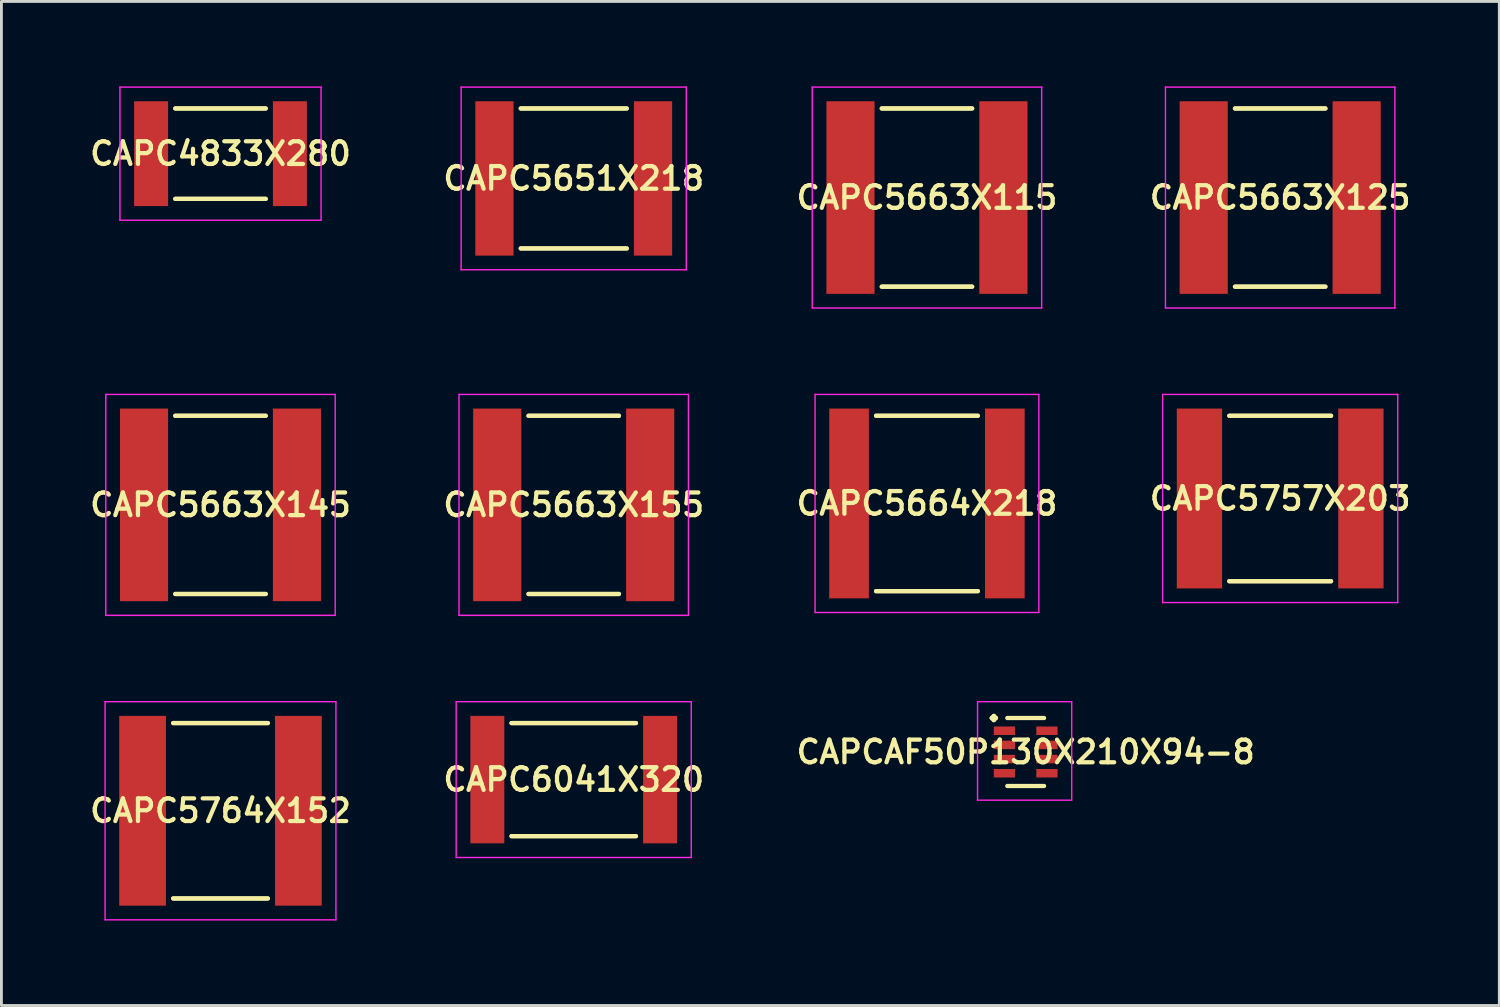
<source format=kicad_pcb>
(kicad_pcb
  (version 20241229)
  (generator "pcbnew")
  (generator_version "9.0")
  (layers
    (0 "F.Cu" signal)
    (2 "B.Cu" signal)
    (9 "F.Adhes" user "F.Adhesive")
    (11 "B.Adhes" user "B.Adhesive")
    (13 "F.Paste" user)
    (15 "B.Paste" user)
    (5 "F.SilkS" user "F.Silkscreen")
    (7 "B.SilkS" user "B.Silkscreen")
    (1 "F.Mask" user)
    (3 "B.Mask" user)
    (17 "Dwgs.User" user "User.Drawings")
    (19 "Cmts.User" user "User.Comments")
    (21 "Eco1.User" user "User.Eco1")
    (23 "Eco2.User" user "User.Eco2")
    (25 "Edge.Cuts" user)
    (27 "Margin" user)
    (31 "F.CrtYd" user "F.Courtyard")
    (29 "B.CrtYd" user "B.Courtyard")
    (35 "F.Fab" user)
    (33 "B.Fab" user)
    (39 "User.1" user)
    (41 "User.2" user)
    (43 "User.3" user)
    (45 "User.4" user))
  (footprint "CAPC5664X218"
    (layer "F.Cu")
    (at 29.677 14.725)
    (property "Reference" "CAPC5664X218" (at 0 0 0) (layer "F.SilkS") (effects (font (size 0.8 0.8) (thickness 0.15))))
    (attr smd)
    (fp_line (start -1.796 -3.096) (end 1.796 -3.096) (stroke (width 0.15) (type solid)) (layer "F.SilkS"))
    (fp_line (start -1.796 3.096) (end 1.796 3.096) (stroke (width 0.15) (type solid)) (layer "F.SilkS"))
    (fp_line (start 1.796 -3.096) (end -1.796 -3.096) (stroke (width 0.15) (type solid)) (layer "F.SilkS"))
    (fp_line (start 1.796 3.096) (end -1.796 3.096) (stroke (width 0.15) (type solid)) (layer "F.SilkS"))
    (fp_line (start -3.95 -3.85) (end 3.95 -3.85) (stroke (width 0.05) (type solid)) (layer "F.CrtYd"))
    (fp_line (start -3.95 3.85) (end -3.95 -3.85) (stroke (width 0.05) (type solid)) (layer "F.CrtYd"))
    (fp_line (start 3.95 -3.85) (end 3.95 3.85) (stroke (width 0.05) (type solid)) (layer "F.CrtYd"))
    (fp_line (start 3.95 3.85) (end -3.95 3.85) (stroke (width 0.05) (type solid)) (layer "F.CrtYd"))
    (pad "1" smd rect (at -2.75 0) (size 1.4 6.7) (layers "F.Cu" "F.Mask" "F.Paste"))
    (pad "2" smd rect (at 2.75 0) (size 1.4 6.7) (layers "F.Cu" "F.Mask" "F.Paste")))
  (footprint "CAPC5663X125"
    (layer "F.Cu")
    (at 42.148 3.925)
    (property "Reference" "CAPC5663X125" (at 0 0 0) (layer "F.SilkS") (effects (font (size 0.8 0.8) (thickness 0.15))))
    (attr smd)
    (fp_line (start -1.596 -3.146) (end 1.596 -3.146) (stroke (width 0.15) (type solid)) (layer "F.SilkS"))
    (fp_line (start -1.596 3.146) (end 1.596 3.146) (stroke (width 0.15) (type solid)) (layer "F.SilkS"))
    (fp_line (start 1.596 -3.146) (end -1.596 -3.146) (stroke (width 0.15) (type solid)) (layer "F.SilkS"))
    (fp_line (start 1.596 3.146) (end -1.596 3.146) (stroke (width 0.15) (type solid)) (layer "F.SilkS"))
    (fp_line (start -4.05 -3.9) (end 4.05 -3.9) (stroke (width 0.05) (type solid)) (layer "F.CrtYd"))
    (fp_line (start -4.05 3.9) (end -4.05 -3.9) (stroke (width 0.05) (type solid)) (layer "F.CrtYd"))
    (fp_line (start 4.05 -3.9) (end 4.05 3.9) (stroke (width 0.05) (type solid)) (layer "F.CrtYd"))
    (fp_line (start 4.05 3.9) (end -4.05 3.9) (stroke (width 0.05) (type solid)) (layer "F.CrtYd"))
    (pad "1" smd rect (at -2.7 0) (size 1.7 6.8) (layers "F.Cu" "F.Mask" "F.Paste"))
    (pad "2" smd rect (at 2.7 0) (size 1.7 6.8) (layers "F.Cu" "F.Mask" "F.Paste")))
  (footprint "CAPC5757X203"
    (layer "F.Cu")
    (at 42.148 14.55)
    (property "Reference" "CAPC5757X203" (at 0 0 0) (layer "F.SilkS") (effects (font (size 0.8 0.8) (thickness 0.15))))
    (attr smd)
    (fp_line (start -1.796 -2.921) (end 1.796 -2.921) (stroke (width 0.15) (type solid)) (layer "F.SilkS"))
    (fp_line (start -1.796 2.921) (end 1.796 2.921) (stroke (width 0.15) (type solid)) (layer "F.SilkS"))
    (fp_line (start 1.796 -2.921) (end -1.796 -2.921) (stroke (width 0.15) (type solid)) (layer "F.SilkS"))
    (fp_line (start 1.796 2.921) (end -1.796 2.921) (stroke (width 0.15) (type solid)) (layer "F.SilkS"))
    (fp_line (start -4.15 -3.675) (end 4.15 -3.675) (stroke (width 0.05) (type solid)) (layer "F.CrtYd"))
    (fp_line (start -4.15 3.675) (end -4.15 -3.675) (stroke (width 0.05) (type solid)) (layer "F.CrtYd"))
    (fp_line (start 4.15 -3.675) (end 4.15 3.675) (stroke (width 0.05) (type solid)) (layer "F.CrtYd"))
    (fp_line (start 4.15 3.675) (end -4.15 3.675) (stroke (width 0.05) (type solid)) (layer "F.CrtYd"))
    (pad "1" smd rect (at -2.85 0) (size 1.6 6.35) (layers "F.Cu" "F.Mask" "F.Paste"))
    (pad "2" smd rect (at 2.85 0) (size 1.6 6.35) (layers "F.Cu" "F.Mask" "F.Paste")))
  (footprint "CAPC5651X218"
    (layer "F.Cu")
    (at 17.206 3.25)
    (property "Reference" "CAPC5651X218" (at 0 0 0) (layer "F.SilkS") (effects (font (size 0.8 0.8) (thickness 0.15))))
    (attr smd)
    (fp_line (start -1.871 -2.471) (end 1.871 -2.471) (stroke (width 0.15) (type solid)) (layer "F.SilkS"))
    (fp_line (start -1.871 2.471) (end 1.871 2.471) (stroke (width 0.15) (type solid)) (layer "F.SilkS"))
    (fp_line (start 1.871 -2.471) (end -1.871 -2.471) (stroke (width 0.15) (type solid)) (layer "F.SilkS"))
    (fp_line (start 1.871 2.471) (end -1.871 2.471) (stroke (width 0.15) (type solid)) (layer "F.SilkS"))
    (fp_line (start -3.975 -3.225) (end 3.975 -3.225) (stroke (width 0.05) (type solid)) (layer "F.CrtYd"))
    (fp_line (start -3.975 3.225) (end -3.975 -3.225) (stroke (width 0.05) (type solid)) (layer "F.CrtYd"))
    (fp_line (start 3.975 -3.225) (end 3.975 3.225) (stroke (width 0.05) (type solid)) (layer "F.CrtYd"))
    (fp_line (start 3.975 3.225) (end -3.975 3.225) (stroke (width 0.05) (type solid)) (layer "F.CrtYd"))
    (pad "1" smd rect (at -2.8 0) (size 1.35 5.45) (layers "F.Cu" "F.Mask" "F.Paste"))
    (pad "2" smd rect (at 2.8 0) (size 1.35 5.45) (layers "F.Cu" "F.Mask" "F.Paste")))
  (footprint "CAPC6041X320"
    (layer "F.Cu")
    (at 17.206 24.475)
    (property "Reference" "CAPC6041X320" (at 0 0 0) (layer "F.SilkS") (effects (font (size 0.8 0.8) (thickness 0.15))))
    (attr smd)
    (fp_line (start -2.196 -1.996) (end 2.196 -1.996) (stroke (width 0.15) (type solid)) (layer "F.SilkS"))
    (fp_line (start -2.196 1.996) (end 2.196 1.996) (stroke (width 0.15) (type solid)) (layer "F.SilkS"))
    (fp_line (start 2.196 -1.996) (end -2.196 -1.996) (stroke (width 0.15) (type solid)) (layer "F.SilkS"))
    (fp_line (start 2.196 1.996) (end -2.196 1.996) (stroke (width 0.15) (type solid)) (layer "F.SilkS"))
    (fp_line (start -4.15 -2.75) (end 4.15 -2.75) (stroke (width 0.05) (type solid)) (layer "F.CrtYd"))
    (fp_line (start -4.15 2.75) (end -4.15 -2.75) (stroke (width 0.05) (type solid)) (layer "F.CrtYd"))
    (fp_line (start 4.15 -2.75) (end 4.15 2.75) (stroke (width 0.05) (type solid)) (layer "F.CrtYd"))
    (fp_line (start 4.15 2.75) (end -4.15 2.75) (stroke (width 0.05) (type solid)) (layer "F.CrtYd"))
    (pad "1" smd rect (at -3.05 0) (size 1.2 4.5) (layers "F.Cu" "F.Mask" "F.Paste"))
    (pad "2" smd rect (at 3.05 0) (size 1.2 4.5) (layers "F.Cu" "F.Mask" "F.Paste")))
  (footprint "CAPCAF50P130X210X94-8"
    (layer "F.Cu")
    (at 33.163 23.5)
    (property "Reference" "CAPCAF50P130X210X94-8" (at 0 0 0) (layer "F.SilkS") (effects (font (size 0.8 0.8) (thickness 0.15))))
    (attr smd)
    (fp_line (start -1.2 -1.2) (end -1.125 -1.275) (stroke (width 0.15) (type solid)) (layer "F.SilkS"))
    (fp_line (start -1.125 -1.275) (end -1.05 -1.2) (stroke (width 0.15) (type solid)) (layer "F.SilkS"))
    (fp_line (start -1.125 -1.125) (end -1.2 -1.2) (stroke (width 0.15) (type solid)) (layer "F.SilkS"))
    (fp_line (start -1.05 -1.2) (end -1.125 -1.125) (stroke (width 0.15) (type solid)) (layer "F.SilkS"))
    (fp_line (start -0.65 -1.2) (end 0.65 -1.2) (stroke (width 0.15) (type solid)) (layer "F.SilkS"))
    (fp_line (start -0.65 1.2) (end 0.65 1.2) (stroke (width 0.15) (type solid)) (layer "F.SilkS"))
    (fp_line (start -1.7 -1.775) (end 1.625 -1.775) (stroke (width 0.05) (type solid)) (layer "F.CrtYd"))
    (fp_line (start -1.7 1.7) (end -1.7 -1.775) (stroke (width 0.05) (type solid)) (layer "F.CrtYd"))
    (fp_line (start 1.625 -1.775) (end 1.625 1.7) (stroke (width 0.05) (type solid)) (layer "F.CrtYd"))
    (fp_line (start 1.625 1.7) (end -1.7 1.7) (stroke (width 0.05) (type solid)) (layer "F.CrtYd"))
    (pad "1" smd rect (at -0.75 -0.75) (size 0.75 0.3) (layers "F.Cu" "F.Mask" "F.Paste"))
    (pad "2" smd rect (at -0.75 -0.25) (size 0.75 0.3) (layers "F.Cu" "F.Mask" "F.Paste"))
    (pad "3" smd rect (at -0.75 0.25) (size 0.75 0.3) (layers "F.Cu" "F.Mask" "F.Paste"))
    (pad "4" smd rect (at -0.75 0.75) (size 0.75 0.3) (layers "F.Cu" "F.Mask" "F.Paste"))
    (pad "5" smd rect (at 0.75 0.75) (size 0.75 0.3) (layers "F.Cu" "F.Mask" "F.Paste"))
    (pad "6" smd rect (at 0.75 0.25) (size 0.75 0.3) (layers "F.Cu" "F.Mask" "F.Paste"))
    (pad "7" smd rect (at 0.75 -0.25) (size 0.75 0.3) (layers "F.Cu" "F.Mask" "F.Paste"))
    (pad "8" smd rect (at 0.75 -0.75) (size 0.75 0.3) (layers "F.Cu" "F.Mask" "F.Paste")))
  (footprint "CAPC5663X145"
    (layer "F.Cu")
    (at 4.735 14.775)
    (property "Reference" "CAPC5663X145" (at 0 0 0) (layer "F.SilkS") (effects (font (size 0.8 0.8) (thickness 0.15))))
    (attr smd)
    (fp_line (start -1.596 -3.146) (end 1.596 -3.146) (stroke (width 0.15) (type solid)) (layer "F.SilkS"))
    (fp_line (start -1.596 3.146) (end 1.596 3.146) (stroke (width 0.15) (type solid)) (layer "F.SilkS"))
    (fp_line (start 1.596 -3.146) (end -1.596 -3.146) (stroke (width 0.15) (type solid)) (layer "F.SilkS"))
    (fp_line (start 1.596 3.146) (end -1.596 3.146) (stroke (width 0.15) (type solid)) (layer "F.SilkS"))
    (fp_line (start -4.05 -3.9) (end 4.05 -3.9) (stroke (width 0.05) (type solid)) (layer "F.CrtYd"))
    (fp_line (start -4.05 3.9) (end -4.05 -3.9) (stroke (width 0.05) (type solid)) (layer "F.CrtYd"))
    (fp_line (start 4.05 -3.9) (end 4.05 3.9) (stroke (width 0.05) (type solid)) (layer "F.CrtYd"))
    (fp_line (start 4.05 3.9) (end -4.05 3.9) (stroke (width 0.05) (type solid)) (layer "F.CrtYd"))
    (pad "1" smd rect (at -2.7 0) (size 1.7 6.8) (layers "F.Cu" "F.Mask" "F.Paste"))
    (pad "2" smd rect (at 2.7 0) (size 1.7 6.8) (layers "F.Cu" "F.Mask" "F.Paste")))
  (footprint "CAPC5663X155"
    (layer "F.Cu")
    (at 17.206 14.775)
    (property "Reference" "CAPC5663X155" (at 0 0 0) (layer "F.SilkS") (effects (font (size 0.8 0.8) (thickness 0.15))))
    (attr smd)
    (fp_line (start -1.596 -3.146) (end 1.596 -3.146) (stroke (width 0.15) (type solid)) (layer "F.SilkS"))
    (fp_line (start -1.596 3.146) (end 1.596 3.146) (stroke (width 0.15) (type solid)) (layer "F.SilkS"))
    (fp_line (start 1.596 -3.146) (end -1.596 -3.146) (stroke (width 0.15) (type solid)) (layer "F.SilkS"))
    (fp_line (start 1.596 3.146) (end -1.596 3.146) (stroke (width 0.15) (type solid)) (layer "F.SilkS"))
    (fp_line (start -4.05 -3.9) (end 4.05 -3.9) (stroke (width 0.05) (type solid)) (layer "F.CrtYd"))
    (fp_line (start -4.05 3.9) (end -4.05 -3.9) (stroke (width 0.05) (type solid)) (layer "F.CrtYd"))
    (fp_line (start 4.05 -3.9) (end 4.05 3.9) (stroke (width 0.05) (type solid)) (layer "F.CrtYd"))
    (fp_line (start 4.05 3.9) (end -4.05 3.9) (stroke (width 0.05) (type solid)) (layer "F.CrtYd"))
    (pad "1" smd rect (at -2.7 0) (size 1.7 6.8) (layers "F.Cu" "F.Mask" "F.Paste"))
    (pad "2" smd rect (at 2.7 0) (size 1.7 6.8) (layers "F.Cu" "F.Mask" "F.Paste")))
  (footprint "CAPC5663X115"
    (layer "F.Cu")
    (at 29.677 3.925)
    (property "Reference" "CAPC5663X115" (at 0 0 0) (layer "F.SilkS") (effects (font (size 0.8 0.8) (thickness 0.15))))
    (attr smd)
    (fp_line (start -1.596 -3.146) (end 1.596 -3.146) (stroke (width 0.15) (type solid)) (layer "F.SilkS"))
    (fp_line (start -1.596 3.146) (end 1.596 3.146) (stroke (width 0.15) (type solid)) (layer "F.SilkS"))
    (fp_line (start 1.596 -3.146) (end -1.596 -3.146) (stroke (width 0.15) (type solid)) (layer "F.SilkS"))
    (fp_line (start 1.596 3.146) (end -1.596 3.146) (stroke (width 0.15) (type solid)) (layer "F.SilkS"))
    (fp_line (start -4.05 -3.9) (end 4.05 -3.9) (stroke (width 0.05) (type solid)) (layer "F.CrtYd"))
    (fp_line (start -4.05 3.9) (end -4.05 -3.9) (stroke (width 0.05) (type solid)) (layer "F.CrtYd"))
    (fp_line (start 4.05 -3.9) (end 4.05 3.9) (stroke (width 0.05) (type solid)) (layer "F.CrtYd"))
    (fp_line (start 4.05 3.9) (end -4.05 3.9) (stroke (width 0.05) (type solid)) (layer "F.CrtYd"))
    (pad "1" smd rect (at -2.7 0) (size 1.7 6.8) (layers "F.Cu" "F.Mask" "F.Paste"))
    (pad "2" smd rect (at 2.7 0) (size 1.7 6.8) (layers "F.Cu" "F.Mask" "F.Paste")))
  (footprint "CAPC5764X152"
    (layer "F.Cu")
    (at 4.735 25.575)
    (property "Reference" "CAPC5764X152" (at 0 0 0) (layer "F.SilkS") (effects (font (size 0.8 0.8) (thickness 0.15))))
    (attr smd)
    (fp_line (start -1.671 -3.096) (end 1.671 -3.096) (stroke (width 0.15) (type solid)) (layer "F.SilkS"))
    (fp_line (start -1.671 3.096) (end 1.671 3.096) (stroke (width 0.15) (type solid)) (layer "F.SilkS"))
    (fp_line (start 1.671 -3.096) (end -1.671 -3.096) (stroke (width 0.15) (type solid)) (layer "F.SilkS"))
    (fp_line (start 1.671 3.096) (end -1.671 3.096) (stroke (width 0.15) (type solid)) (layer "F.SilkS"))
    (fp_line (start -4.075 -3.85) (end 4.075 -3.85) (stroke (width 0.05) (type solid)) (layer "F.CrtYd"))
    (fp_line (start -4.075 3.85) (end -4.075 -3.85) (stroke (width 0.05) (type solid)) (layer "F.CrtYd"))
    (fp_line (start 4.075 -3.85) (end 4.075 3.85) (stroke (width 0.05) (type solid)) (layer "F.CrtYd"))
    (fp_line (start 4.075 3.85) (end -4.075 3.85) (stroke (width 0.05) (type solid)) (layer "F.CrtYd"))
    (pad "1" smd rect (at -2.75 0) (size 1.65 6.7) (layers "F.Cu" "F.Mask" "F.Paste"))
    (pad "2" smd rect (at 2.75 0) (size 1.65 6.7) (layers "F.Cu" "F.Mask" "F.Paste")))
  (footprint "CAPC4833X280"
    (layer "F.Cu")
    (at 4.735 2.375)
    (property "Reference" "CAPC4833X280" (at 0 0 0) (layer "F.SilkS") (effects (font (size 0.8 0.8) (thickness 0.15))))
    (attr smd)
    (fp_line (start -1.596 -1.596) (end 1.596 -1.596) (stroke (width 0.15) (type solid)) (layer "F.SilkS"))
    (fp_line (start -1.596 1.596) (end 1.596 1.596) (stroke (width 0.15) (type solid)) (layer "F.SilkS"))
    (fp_line (start 1.596 -1.596) (end -1.596 -1.596) (stroke (width 0.15) (type solid)) (layer "F.SilkS"))
    (fp_line (start 1.596 1.596) (end -1.596 1.596) (stroke (width 0.15) (type solid)) (layer "F.SilkS"))
    (fp_line (start -3.55 -2.35) (end 3.55 -2.35) (stroke (width 0.05) (type solid)) (layer "F.CrtYd"))
    (fp_line (start -3.55 2.35) (end -3.55 -2.35) (stroke (width 0.05) (type solid)) (layer "F.CrtYd"))
    (fp_line (start 3.55 -2.35) (end 3.55 2.35) (stroke (width 0.05) (type solid)) (layer "F.CrtYd"))
    (fp_line (start 3.55 2.35) (end -3.55 2.35) (stroke (width 0.05) (type solid)) (layer "F.CrtYd"))
    (pad "1" smd rect (at -2.45 0) (size 1.2 3.7) (layers "F.Cu" "F.Mask" "F.Paste"))
    (pad "2" smd rect (at 2.45 0) (size 1.2 3.7) (layers "F.Cu" "F.Mask" "F.Paste")))
  (gr_rect
    (start -3 -3)
    (end 49.884 32.45)
    (stroke (width 0.1) (type default))
    (fill no)
    (layer "Edge.Cuts")))
</source>
